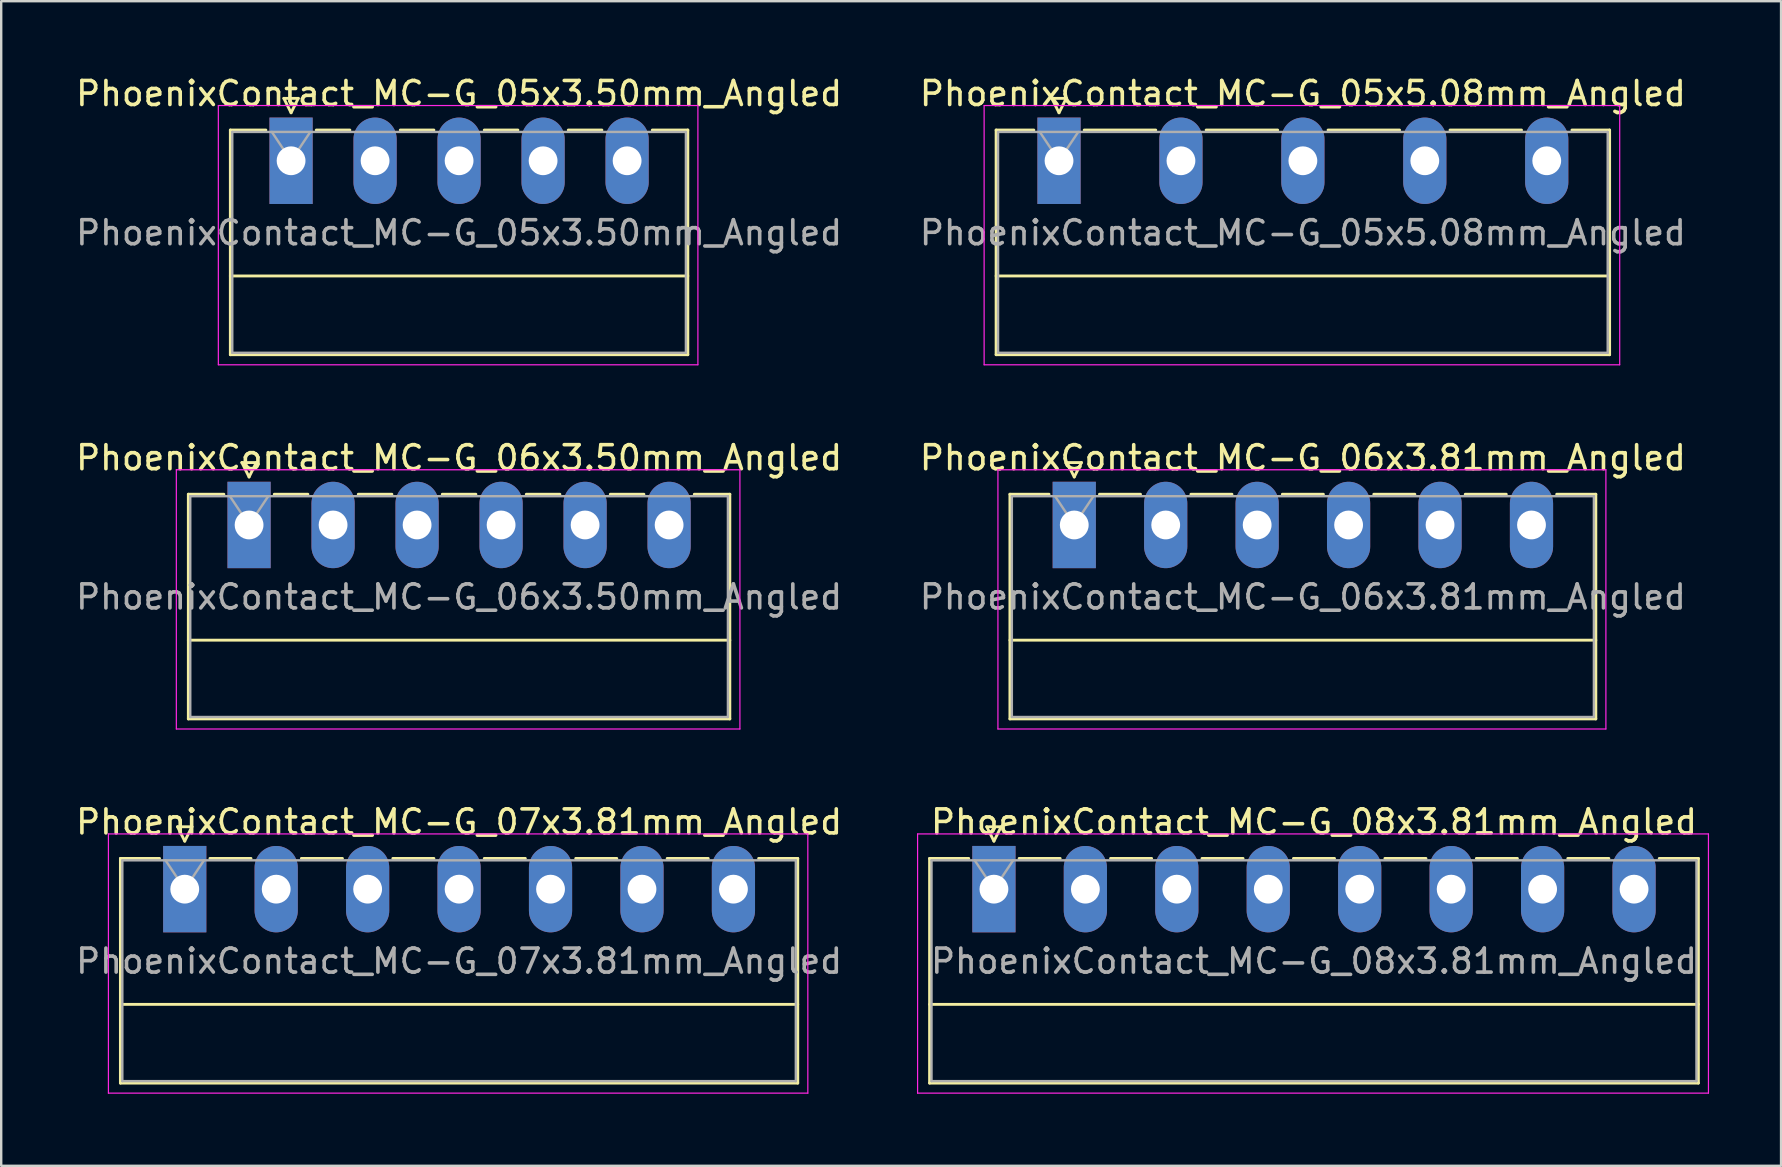
<source format=kicad_pcb>
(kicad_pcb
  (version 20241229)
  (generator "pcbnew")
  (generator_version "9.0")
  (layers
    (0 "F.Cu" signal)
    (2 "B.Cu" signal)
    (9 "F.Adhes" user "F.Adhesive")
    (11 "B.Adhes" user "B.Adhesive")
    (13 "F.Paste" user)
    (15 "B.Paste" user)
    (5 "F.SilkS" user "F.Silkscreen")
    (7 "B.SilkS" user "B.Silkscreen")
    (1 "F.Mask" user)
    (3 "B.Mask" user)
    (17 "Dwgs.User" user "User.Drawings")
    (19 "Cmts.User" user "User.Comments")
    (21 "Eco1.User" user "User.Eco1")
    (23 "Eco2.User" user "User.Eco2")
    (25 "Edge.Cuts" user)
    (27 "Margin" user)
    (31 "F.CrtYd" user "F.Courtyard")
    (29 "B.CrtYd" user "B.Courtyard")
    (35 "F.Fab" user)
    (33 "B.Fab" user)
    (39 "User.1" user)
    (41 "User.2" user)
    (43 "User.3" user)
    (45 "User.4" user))
  (footprint "PhoenixContact_MC-G_05x5.08mm_Angled"
    (layer "F.Cu")
    (at 41.072 3.648)
    (property "Reference" "PhoenixContact_MC-G_05x5.08mm_Angled" (at 10.16 -2.8 0) (layer "F.SilkS") (effects (font (size 1 1) (thickness 0.15))))
    (attr through_hole)
    (fp_line (start -2.62 -1.28) (end -2.62 8.08) (stroke (width 0.12) (type solid)) (layer "F.SilkS"))
    (fp_line (start -2.62 -1.28) (end -1.05 -1.28) (stroke (width 0.12) (type solid)) (layer "F.SilkS"))
    (fp_line (start -2.62 4.8) (end 22.94 4.8) (stroke (width 0.12) (type solid)) (layer "F.SilkS"))
    (fp_line (start -2.62 8.08) (end 22.94 8.08) (stroke (width 0.12) (type solid)) (layer "F.SilkS"))
    (fp_line (start -0.3 -2.6) (end 0.3 -2.6) (stroke (width 0.12) (type solid)) (layer "F.SilkS"))
    (fp_line (start 0 -2) (end -0.3 -2.6) (stroke (width 0.12) (type solid)) (layer "F.SilkS"))
    (fp_line (start 0.3 -2.6) (end 0 -2) (stroke (width 0.12) (type solid)) (layer "F.SilkS"))
    (fp_line (start 1.05 -1.28) (end 4.03 -1.28) (stroke (width 0.12) (type solid)) (layer "F.SilkS"))
    (fp_line (start 6.13 -1.28) (end 9.11 -1.28) (stroke (width 0.12) (type solid)) (layer "F.SilkS"))
    (fp_line (start 11.21 -1.28) (end 14.19 -1.28) (stroke (width 0.12) (type solid)) (layer "F.SilkS"))
    (fp_line (start 16.29 -1.28) (end 19.27 -1.28) (stroke (width 0.12) (type solid)) (layer "F.SilkS"))
    (fp_line (start 22.94 -1.28) (end 21.37 -1.28) (stroke (width 0.12) (type solid)) (layer "F.SilkS"))
    (fp_line (start 22.94 8.08) (end 22.94 -1.28) (stroke (width 0.12) (type solid)) (layer "F.SilkS"))
    (fp_line (start -3.12 -2.3) (end -3.12 8.5) (stroke (width 0.05) (type solid)) (layer "F.CrtYd"))
    (fp_line (start -3.12 8.5) (end 23.36 8.5) (stroke (width 0.05) (type solid)) (layer "F.CrtYd"))
    (fp_line (start 23.36 -2.3) (end -3.12 -2.3) (stroke (width 0.05) (type solid)) (layer "F.CrtYd"))
    (fp_line (start 23.36 8.5) (end 23.36 -2.3) (stroke (width 0.05) (type solid)) (layer "F.CrtYd"))
    (fp_line (start -2.54 -1.2) (end -2.54 8) (stroke (width 0.1) (type solid)) (layer "F.Fab"))
    (fp_line (start -2.54 8) (end 22.86 8) (stroke (width 0.1) (type solid)) (layer "F.Fab"))
    (fp_line (start 0 0) (end -0.8 -1.2) (stroke (width 0.1) (type solid)) (layer "F.Fab"))
    (fp_line (start 0.8 -1.2) (end 0 0) (stroke (width 0.1) (type solid)) (layer "F.Fab"))
    (fp_line (start 22.86 -1.2) (end -2.54 -1.2) (stroke (width 0.1) (type solid)) (layer "F.Fab"))
    (fp_line (start 22.86 8) (end 22.86 -1.2) (stroke (width 0.1) (type solid)) (layer "F.Fab"))
    (fp_text user "${REFERENCE}" (at 10.16 3 0) (layer "F.Fab") (effects (font (size 1 1) (thickness 0.15))))
    (pad "1" thru_hole rect (at 0 0) (size 1.8 3.6) (drill 1.2) (layers "*.Cu" "*.Mask"))
    (pad "2" thru_hole oval (at 5.08 0) (size 1.8 3.6) (drill 1.2) (layers "*.Cu" "*.Mask"))
    (pad "3" thru_hole oval (at 10.16 0) (size 1.8 3.6) (drill 1.2) (layers "*.Cu" "*.Mask"))
    (pad "4" thru_hole oval (at 15.24 0) (size 1.8 3.6) (drill 1.2) (layers "*.Cu" "*.Mask"))
    (pad "5" thru_hole oval (at 20.32 0) (size 1.8 3.6) (drill 1.2) (layers "*.Cu" "*.Mask")))
  (footprint "PhoenixContact_MC-G_06x3.81mm_Angled"
    (layer "F.Cu")
    (at 41.707 18.822)
    (property "Reference" "PhoenixContact_MC-G_06x3.81mm_Angled" (at 9.525 -2.8 0) (layer "F.SilkS") (effects (font (size 1 1) (thickness 0.15))))
    (attr through_hole)
    (fp_line (start -2.68 -1.28) (end -2.68 8.08) (stroke (width 0.12) (type solid)) (layer "F.SilkS"))
    (fp_line (start -2.68 -1.28) (end -1.05 -1.28) (stroke (width 0.12) (type solid)) (layer "F.SilkS"))
    (fp_line (start -2.68 4.8) (end 21.73 4.8) (stroke (width 0.12) (type solid)) (layer "F.SilkS"))
    (fp_line (start -2.68 8.08) (end 21.73 8.08) (stroke (width 0.12) (type solid)) (layer "F.SilkS"))
    (fp_line (start -0.3 -2.6) (end 0.3 -2.6) (stroke (width 0.12) (type solid)) (layer "F.SilkS"))
    (fp_line (start 0 -2) (end -0.3 -2.6) (stroke (width 0.12) (type solid)) (layer "F.SilkS"))
    (fp_line (start 0.3 -2.6) (end 0 -2) (stroke (width 0.12) (type solid)) (layer "F.SilkS"))
    (fp_line (start 1.05 -1.28) (end 2.76 -1.28) (stroke (width 0.12) (type solid)) (layer "F.SilkS"))
    (fp_line (start 4.86 -1.28) (end 6.57 -1.28) (stroke (width 0.12) (type solid)) (layer "F.SilkS"))
    (fp_line (start 8.67 -1.28) (end 10.38 -1.28) (stroke (width 0.12) (type solid)) (layer "F.SilkS"))
    (fp_line (start 12.48 -1.28) (end 14.19 -1.28) (stroke (width 0.12) (type solid)) (layer "F.SilkS"))
    (fp_line (start 16.29 -1.28) (end 18 -1.28) (stroke (width 0.12) (type solid)) (layer "F.SilkS"))
    (fp_line (start 21.73 -1.28) (end 20.1 -1.28) (stroke (width 0.12) (type solid)) (layer "F.SilkS"))
    (fp_line (start 21.73 8.08) (end 21.73 -1.28) (stroke (width 0.12) (type solid)) (layer "F.SilkS"))
    (fp_line (start -3.18 -2.3) (end -3.18 8.5) (stroke (width 0.05) (type solid)) (layer "F.CrtYd"))
    (fp_line (start -3.18 8.5) (end 22.15 8.5) (stroke (width 0.05) (type solid)) (layer "F.CrtYd"))
    (fp_line (start 22.15 -2.3) (end -3.18 -2.3) (stroke (width 0.05) (type solid)) (layer "F.CrtYd"))
    (fp_line (start 22.15 8.5) (end 22.15 -2.3) (stroke (width 0.05) (type solid)) (layer "F.CrtYd"))
    (fp_line (start -2.6 -1.2) (end -2.6 8) (stroke (width 0.1) (type solid)) (layer "F.Fab"))
    (fp_line (start -2.6 8) (end 21.65 8) (stroke (width 0.1) (type solid)) (layer "F.Fab"))
    (fp_line (start 0 0) (end -0.8 -1.2) (stroke (width 0.1) (type solid)) (layer "F.Fab"))
    (fp_line (start 0.8 -1.2) (end 0 0) (stroke (width 0.1) (type solid)) (layer "F.Fab"))
    (fp_line (start 21.65 -1.2) (end -2.6 -1.2) (stroke (width 0.1) (type solid)) (layer "F.Fab"))
    (fp_line (start 21.65 8) (end 21.65 -1.2) (stroke (width 0.1) (type solid)) (layer "F.Fab"))
    (fp_text user "${REFERENCE}" (at 9.525 3 0) (layer "F.Fab") (effects (font (size 1 1) (thickness 0.15))))
    (pad "1" thru_hole rect (at 0 0) (size 1.8 3.6) (drill 1.2) (layers "*.Cu" "*.Mask"))
    (pad "2" thru_hole oval (at 3.81 0) (size 1.8 3.6) (drill 1.2) (layers "*.Cu" "*.Mask"))
    (pad "3" thru_hole oval (at 7.62 0) (size 1.8 3.6) (drill 1.2) (layers "*.Cu" "*.Mask"))
    (pad "4" thru_hole oval (at 11.43 0) (size 1.8 3.6) (drill 1.2) (layers "*.Cu" "*.Mask"))
    (pad "5" thru_hole oval (at 15.24 0) (size 1.8 3.6) (drill 1.2) (layers "*.Cu" "*.Mask"))
    (pad "6" thru_hole oval (at 19.05 0) (size 1.8 3.6) (drill 1.2) (layers "*.Cu" "*.Mask")))
  (footprint "PhoenixContact_MC-G_05x3.50mm_Angled"
    (layer "F.Cu")
    (at 9.077 3.648)
    (property "Reference" "PhoenixContact_MC-G_05x3.50mm_Angled" (at 7 -2.8 0) (layer "F.SilkS") (effects (font (size 1 1) (thickness 0.15))))
    (attr through_hole)
    (fp_line (start -2.53 -1.28) (end -2.53 8.08) (stroke (width 0.12) (type solid)) (layer "F.SilkS"))
    (fp_line (start -2.53 -1.28) (end -1.05 -1.28) (stroke (width 0.12) (type solid)) (layer "F.SilkS"))
    (fp_line (start -2.53 4.8) (end 16.53 4.8) (stroke (width 0.12) (type solid)) (layer "F.SilkS"))
    (fp_line (start -2.53 8.08) (end 16.53 8.08) (stroke (width 0.12) (type solid)) (layer "F.SilkS"))
    (fp_line (start -0.3 -2.6) (end 0.3 -2.6) (stroke (width 0.12) (type solid)) (layer "F.SilkS"))
    (fp_line (start 0 -2) (end -0.3 -2.6) (stroke (width 0.12) (type solid)) (layer "F.SilkS"))
    (fp_line (start 0.3 -2.6) (end 0 -2) (stroke (width 0.12) (type solid)) (layer "F.SilkS"))
    (fp_line (start 1.05 -1.28) (end 2.45 -1.28) (stroke (width 0.12) (type solid)) (layer "F.SilkS"))
    (fp_line (start 4.55 -1.28) (end 5.95 -1.28) (stroke (width 0.12) (type solid)) (layer "F.SilkS"))
    (fp_line (start 8.05 -1.28) (end 9.45 -1.28) (stroke (width 0.12) (type solid)) (layer "F.SilkS"))
    (fp_line (start 11.55 -1.28) (end 12.95 -1.28) (stroke (width 0.12) (type solid)) (layer "F.SilkS"))
    (fp_line (start 16.53 -1.28) (end 15.05 -1.28) (stroke (width 0.12) (type solid)) (layer "F.SilkS"))
    (fp_line (start 16.53 8.08) (end 16.53 -1.28) (stroke (width 0.12) (type solid)) (layer "F.SilkS"))
    (fp_line (start -3.03 -2.3) (end -3.03 8.5) (stroke (width 0.05) (type solid)) (layer "F.CrtYd"))
    (fp_line (start -3.03 8.5) (end 16.95 8.5) (stroke (width 0.05) (type solid)) (layer "F.CrtYd"))
    (fp_line (start 16.95 -2.3) (end -3.03 -2.3) (stroke (width 0.05) (type solid)) (layer "F.CrtYd"))
    (fp_line (start 16.95 8.5) (end 16.95 -2.3) (stroke (width 0.05) (type solid)) (layer "F.CrtYd"))
    (fp_line (start -2.45 -1.2) (end -2.45 8) (stroke (width 0.1) (type solid)) (layer "F.Fab"))
    (fp_line (start -2.45 8) (end 16.45 8) (stroke (width 0.1) (type solid)) (layer "F.Fab"))
    (fp_line (start 0 0) (end -0.8 -1.2) (stroke (width 0.1) (type solid)) (layer "F.Fab"))
    (fp_line (start 0.8 -1.2) (end 0 0) (stroke (width 0.1) (type solid)) (layer "F.Fab"))
    (fp_line (start 16.45 -1.2) (end -2.45 -1.2) (stroke (width 0.1) (type solid)) (layer "F.Fab"))
    (fp_line (start 16.45 8) (end 16.45 -1.2) (stroke (width 0.1) (type solid)) (layer "F.Fab"))
    (fp_text user "${REFERENCE}" (at 7 3 0) (layer "F.Fab") (effects (font (size 1 1) (thickness 0.15))))
    (pad "1" thru_hole rect (at 0 0) (size 1.8 3.6) (drill 1.2) (layers "*.Cu" "*.Mask"))
    (pad "2" thru_hole oval (at 3.5 0) (size 1.8 3.6) (drill 1.2) (layers "*.Cu" "*.Mask"))
    (pad "3" thru_hole oval (at 7 0) (size 1.8 3.6) (drill 1.2) (layers "*.Cu" "*.Mask"))
    (pad "4" thru_hole oval (at 10.5 0) (size 1.8 3.6) (drill 1.2) (layers "*.Cu" "*.Mask"))
    (pad "5" thru_hole oval (at 14 0) (size 1.8 3.6) (drill 1.2) (layers "*.Cu" "*.Mask")))
  (footprint "PhoenixContact_MC-G_07x3.81mm_Angled"
    (layer "F.Cu")
    (at 4.647 33.995)
    (property "Reference" "PhoenixContact_MC-G_07x3.81mm_Angled" (at 11.43 -2.8 0) (layer "F.SilkS") (effects (font (size 1 1) (thickness 0.15))))
    (attr through_hole)
    (fp_line (start -2.68 -1.28) (end -2.68 8.08) (stroke (width 0.12) (type solid)) (layer "F.SilkS"))
    (fp_line (start -2.68 -1.28) (end -1.05 -1.28) (stroke (width 0.12) (type solid)) (layer "F.SilkS"))
    (fp_line (start -2.68 4.8) (end 25.54 4.8) (stroke (width 0.12) (type solid)) (layer "F.SilkS"))
    (fp_line (start -2.68 8.08) (end 25.54 8.08) (stroke (width 0.12) (type solid)) (layer "F.SilkS"))
    (fp_line (start -0.3 -2.6) (end 0.3 -2.6) (stroke (width 0.12) (type solid)) (layer "F.SilkS"))
    (fp_line (start 0 -2) (end -0.3 -2.6) (stroke (width 0.12) (type solid)) (layer "F.SilkS"))
    (fp_line (start 0.3 -2.6) (end 0 -2) (stroke (width 0.12) (type solid)) (layer "F.SilkS"))
    (fp_line (start 1.05 -1.28) (end 2.76 -1.28) (stroke (width 0.12) (type solid)) (layer "F.SilkS"))
    (fp_line (start 4.86 -1.28) (end 6.57 -1.28) (stroke (width 0.12) (type solid)) (layer "F.SilkS"))
    (fp_line (start 8.67 -1.28) (end 10.38 -1.28) (stroke (width 0.12) (type solid)) (layer "F.SilkS"))
    (fp_line (start 12.48 -1.28) (end 14.19 -1.28) (stroke (width 0.12) (type solid)) (layer "F.SilkS"))
    (fp_line (start 16.29 -1.28) (end 18 -1.28) (stroke (width 0.12) (type solid)) (layer "F.SilkS"))
    (fp_line (start 20.1 -1.28) (end 21.81 -1.28) (stroke (width 0.12) (type solid)) (layer "F.SilkS"))
    (fp_line (start 25.54 -1.28) (end 23.91 -1.28) (stroke (width 0.12) (type solid)) (layer "F.SilkS"))
    (fp_line (start 25.54 8.08) (end 25.54 -1.28) (stroke (width 0.12) (type solid)) (layer "F.SilkS"))
    (fp_line (start -3.18 -2.3) (end -3.18 8.5) (stroke (width 0.05) (type solid)) (layer "F.CrtYd"))
    (fp_line (start -3.18 8.5) (end 25.96 8.5) (stroke (width 0.05) (type solid)) (layer "F.CrtYd"))
    (fp_line (start 25.96 -2.3) (end -3.18 -2.3) (stroke (width 0.05) (type solid)) (layer "F.CrtYd"))
    (fp_line (start 25.96 8.5) (end 25.96 -2.3) (stroke (width 0.05) (type solid)) (layer "F.CrtYd"))
    (fp_line (start -2.6 -1.2) (end -2.6 8) (stroke (width 0.1) (type solid)) (layer "F.Fab"))
    (fp_line (start -2.6 8) (end 25.46 8) (stroke (width 0.1) (type solid)) (layer "F.Fab"))
    (fp_line (start 0 0) (end -0.8 -1.2) (stroke (width 0.1) (type solid)) (layer "F.Fab"))
    (fp_line (start 0.8 -1.2) (end 0 0) (stroke (width 0.1) (type solid)) (layer "F.Fab"))
    (fp_line (start 25.46 -1.2) (end -2.6 -1.2) (stroke (width 0.1) (type solid)) (layer "F.Fab"))
    (fp_line (start 25.46 8) (end 25.46 -1.2) (stroke (width 0.1) (type solid)) (layer "F.Fab"))
    (fp_text user "${REFERENCE}" (at 11.43 3 0) (layer "F.Fab") (effects (font (size 1 1) (thickness 0.15))))
    (pad "1" thru_hole rect (at 0 0) (size 1.8 3.6) (drill 1.2) (layers "*.Cu" "*.Mask"))
    (pad "2" thru_hole oval (at 3.81 0) (size 1.8 3.6) (drill 1.2) (layers "*.Cu" "*.Mask"))
    (pad "3" thru_hole oval (at 7.62 0) (size 1.8 3.6) (drill 1.2) (layers "*.Cu" "*.Mask"))
    (pad "4" thru_hole oval (at 11.43 0) (size 1.8 3.6) (drill 1.2) (layers "*.Cu" "*.Mask"))
    (pad "5" thru_hole oval (at 15.24 0) (size 1.8 3.6) (drill 1.2) (layers "*.Cu" "*.Mask"))
    (pad "6" thru_hole oval (at 19.05 0) (size 1.8 3.6) (drill 1.2) (layers "*.Cu" "*.Mask"))
    (pad "7" thru_hole oval (at 22.86 0) (size 1.8 3.6) (drill 1.2) (layers "*.Cu" "*.Mask")))
  (footprint "PhoenixContact_MC-G_08x3.81mm_Angled"
    (layer "F.Cu")
    (at 38.36 33.995)
    (property "Reference" "PhoenixContact_MC-G_08x3.81mm_Angled" (at 13.335 -2.8 0) (layer "F.SilkS") (effects (font (size 1 1) (thickness 0.15))))
    (attr through_hole)
    (fp_line (start -2.68 -1.28) (end -2.68 8.08) (stroke (width 0.12) (type solid)) (layer "F.SilkS"))
    (fp_line (start -2.68 -1.28) (end -1.05 -1.28) (stroke (width 0.12) (type solid)) (layer "F.SilkS"))
    (fp_line (start -2.68 4.8) (end 29.35 4.8) (stroke (width 0.12) (type solid)) (layer "F.SilkS"))
    (fp_line (start -2.68 8.08) (end 29.35 8.08) (stroke (width 0.12) (type solid)) (layer "F.SilkS"))
    (fp_line (start -0.3 -2.6) (end 0.3 -2.6) (stroke (width 0.12) (type solid)) (layer "F.SilkS"))
    (fp_line (start 0 -2) (end -0.3 -2.6) (stroke (width 0.12) (type solid)) (layer "F.SilkS"))
    (fp_line (start 0.3 -2.6) (end 0 -2) (stroke (width 0.12) (type solid)) (layer "F.SilkS"))
    (fp_line (start 1.05 -1.28) (end 2.76 -1.28) (stroke (width 0.12) (type solid)) (layer "F.SilkS"))
    (fp_line (start 4.86 -1.28) (end 6.57 -1.28) (stroke (width 0.12) (type solid)) (layer "F.SilkS"))
    (fp_line (start 8.67 -1.28) (end 10.38 -1.28) (stroke (width 0.12) (type solid)) (layer "F.SilkS"))
    (fp_line (start 12.48 -1.28) (end 14.19 -1.28) (stroke (width 0.12) (type solid)) (layer "F.SilkS"))
    (fp_line (start 16.29 -1.28) (end 18 -1.28) (stroke (width 0.12) (type solid)) (layer "F.SilkS"))
    (fp_line (start 20.1 -1.28) (end 21.81 -1.28) (stroke (width 0.12) (type solid)) (layer "F.SilkS"))
    (fp_line (start 23.91 -1.28) (end 25.62 -1.28) (stroke (width 0.12) (type solid)) (layer "F.SilkS"))
    (fp_line (start 29.35 -1.28) (end 27.72 -1.28) (stroke (width 0.12) (type solid)) (layer "F.SilkS"))
    (fp_line (start 29.35 8.08) (end 29.35 -1.28) (stroke (width 0.12) (type solid)) (layer "F.SilkS"))
    (fp_line (start -3.18 -2.3) (end -3.18 8.5) (stroke (width 0.05) (type solid)) (layer "F.CrtYd"))
    (fp_line (start -3.18 8.5) (end 29.77 8.5) (stroke (width 0.05) (type solid)) (layer "F.CrtYd"))
    (fp_line (start 29.77 -2.3) (end -3.18 -2.3) (stroke (width 0.05) (type solid)) (layer "F.CrtYd"))
    (fp_line (start 29.77 8.5) (end 29.77 -2.3) (stroke (width 0.05) (type solid)) (layer "F.CrtYd"))
    (fp_line (start -2.6 -1.2) (end -2.6 8) (stroke (width 0.1) (type solid)) (layer "F.Fab"))
    (fp_line (start -2.6 8) (end 29.27 8) (stroke (width 0.1) (type solid)) (layer "F.Fab"))
    (fp_line (start 0 0) (end -0.8 -1.2) (stroke (width 0.1) (type solid)) (layer "F.Fab"))
    (fp_line (start 0.8 -1.2) (end 0 0) (stroke (width 0.1) (type solid)) (layer "F.Fab"))
    (fp_line (start 29.27 -1.2) (end -2.6 -1.2) (stroke (width 0.1) (type solid)) (layer "F.Fab"))
    (fp_line (start 29.27 8) (end 29.27 -1.2) (stroke (width 0.1) (type solid)) (layer "F.Fab"))
    (fp_text user "${REFERENCE}" (at 13.335 3 0) (layer "F.Fab") (effects (font (size 1 1) (thickness 0.15))))
    (pad "1" thru_hole rect (at 0 0) (size 1.8 3.6) (drill 1.2) (layers "*.Cu" "*.Mask"))
    (pad "2" thru_hole oval (at 3.81 0) (size 1.8 3.6) (drill 1.2) (layers "*.Cu" "*.Mask"))
    (pad "3" thru_hole oval (at 7.62 0) (size 1.8 3.6) (drill 1.2) (layers "*.Cu" "*.Mask"))
    (pad "4" thru_hole oval (at 11.43 0) (size 1.8 3.6) (drill 1.2) (layers "*.Cu" "*.Mask"))
    (pad "5" thru_hole oval (at 15.24 0) (size 1.8 3.6) (drill 1.2) (layers "*.Cu" "*.Mask"))
    (pad "6" thru_hole oval (at 19.05 0) (size 1.8 3.6) (drill 1.2) (layers "*.Cu" "*.Mask"))
    (pad "7" thru_hole oval (at 22.86 0) (size 1.8 3.6) (drill 1.2) (layers "*.Cu" "*.Mask"))
    (pad "8" thru_hole oval (at 26.67 0) (size 1.8 3.6) (drill 1.2) (layers "*.Cu" "*.Mask")))
  (footprint "PhoenixContact_MC-G_06x3.50mm_Angled"
    (layer "F.Cu")
    (at 7.327 18.822)
    (property "Reference" "PhoenixContact_MC-G_06x3.50mm_Angled" (at 8.75 -2.8 0) (layer "F.SilkS") (effects (font (size 1 1) (thickness 0.15))))
    (attr through_hole)
    (fp_line (start -2.53 -1.28) (end -2.53 8.08) (stroke (width 0.12) (type solid)) (layer "F.SilkS"))
    (fp_line (start -2.53 -1.28) (end -1.05 -1.28) (stroke (width 0.12) (type solid)) (layer "F.SilkS"))
    (fp_line (start -2.53 4.8) (end 20.03 4.8) (stroke (width 0.12) (type solid)) (layer "F.SilkS"))
    (fp_line (start -2.53 8.08) (end 20.03 8.08) (stroke (width 0.12) (type solid)) (layer "F.SilkS"))
    (fp_line (start -0.3 -2.6) (end 0.3 -2.6) (stroke (width 0.12) (type solid)) (layer "F.SilkS"))
    (fp_line (start 0 -2) (end -0.3 -2.6) (stroke (width 0.12) (type solid)) (layer "F.SilkS"))
    (fp_line (start 0.3 -2.6) (end 0 -2) (stroke (width 0.12) (type solid)) (layer "F.SilkS"))
    (fp_line (start 1.05 -1.28) (end 2.45 -1.28) (stroke (width 0.12) (type solid)) (layer "F.SilkS"))
    (fp_line (start 4.55 -1.28) (end 5.95 -1.28) (stroke (width 0.12) (type solid)) (layer "F.SilkS"))
    (fp_line (start 8.05 -1.28) (end 9.45 -1.28) (stroke (width 0.12) (type solid)) (layer "F.SilkS"))
    (fp_line (start 11.55 -1.28) (end 12.95 -1.28) (stroke (width 0.12) (type solid)) (layer "F.SilkS"))
    (fp_line (start 15.05 -1.28) (end 16.45 -1.28) (stroke (width 0.12) (type solid)) (layer "F.SilkS"))
    (fp_line (start 20.03 -1.28) (end 18.55 -1.28) (stroke (width 0.12) (type solid)) (layer "F.SilkS"))
    (fp_line (start 20.03 8.08) (end 20.03 -1.28) (stroke (width 0.12) (type solid)) (layer "F.SilkS"))
    (fp_line (start -3.03 -2.3) (end -3.03 8.5) (stroke (width 0.05) (type solid)) (layer "F.CrtYd"))
    (fp_line (start -3.03 8.5) (end 20.45 8.5) (stroke (width 0.05) (type solid)) (layer "F.CrtYd"))
    (fp_line (start 20.45 -2.3) (end -3.03 -2.3) (stroke (width 0.05) (type solid)) (layer "F.CrtYd"))
    (fp_line (start 20.45 8.5) (end 20.45 -2.3) (stroke (width 0.05) (type solid)) (layer "F.CrtYd"))
    (fp_line (start -2.45 -1.2) (end -2.45 8) (stroke (width 0.1) (type solid)) (layer "F.Fab"))
    (fp_line (start -2.45 8) (end 19.95 8) (stroke (width 0.1) (type solid)) (layer "F.Fab"))
    (fp_line (start 0 0) (end -0.8 -1.2) (stroke (width 0.1) (type solid)) (layer "F.Fab"))
    (fp_line (start 0.8 -1.2) (end 0 0) (stroke (width 0.1) (type solid)) (layer "F.Fab"))
    (fp_line (start 19.95 -1.2) (end -2.45 -1.2) (stroke (width 0.1) (type solid)) (layer "F.Fab"))
    (fp_line (start 19.95 8) (end 19.95 -1.2) (stroke (width 0.1) (type solid)) (layer "F.Fab"))
    (fp_text user "${REFERENCE}" (at 8.75 3 0) (layer "F.Fab") (effects (font (size 1 1) (thickness 0.15))))
    (pad "1" thru_hole rect (at 0 0) (size 1.8 3.6) (drill 1.2) (layers "*.Cu" "*.Mask"))
    (pad "2" thru_hole oval (at 3.5 0) (size 1.8 3.6) (drill 1.2) (layers "*.Cu" "*.Mask"))
    (pad "3" thru_hole oval (at 7 0) (size 1.8 3.6) (drill 1.2) (layers "*.Cu" "*.Mask"))
    (pad "4" thru_hole oval (at 10.5 0) (size 1.8 3.6) (drill 1.2) (layers "*.Cu" "*.Mask"))
    (pad "5" thru_hole oval (at 14 0) (size 1.8 3.6) (drill 1.2) (layers "*.Cu" "*.Mask"))
    (pad "6" thru_hole oval (at 17.5 0) (size 1.8 3.6) (drill 1.2) (layers "*.Cu" "*.Mask")))
  (gr_rect
    (start -3 -3)
    (end 71.155 45.52)
    (stroke (width 0.1) (type default))
    (fill no)
    (layer "Edge.Cuts")))
</source>
